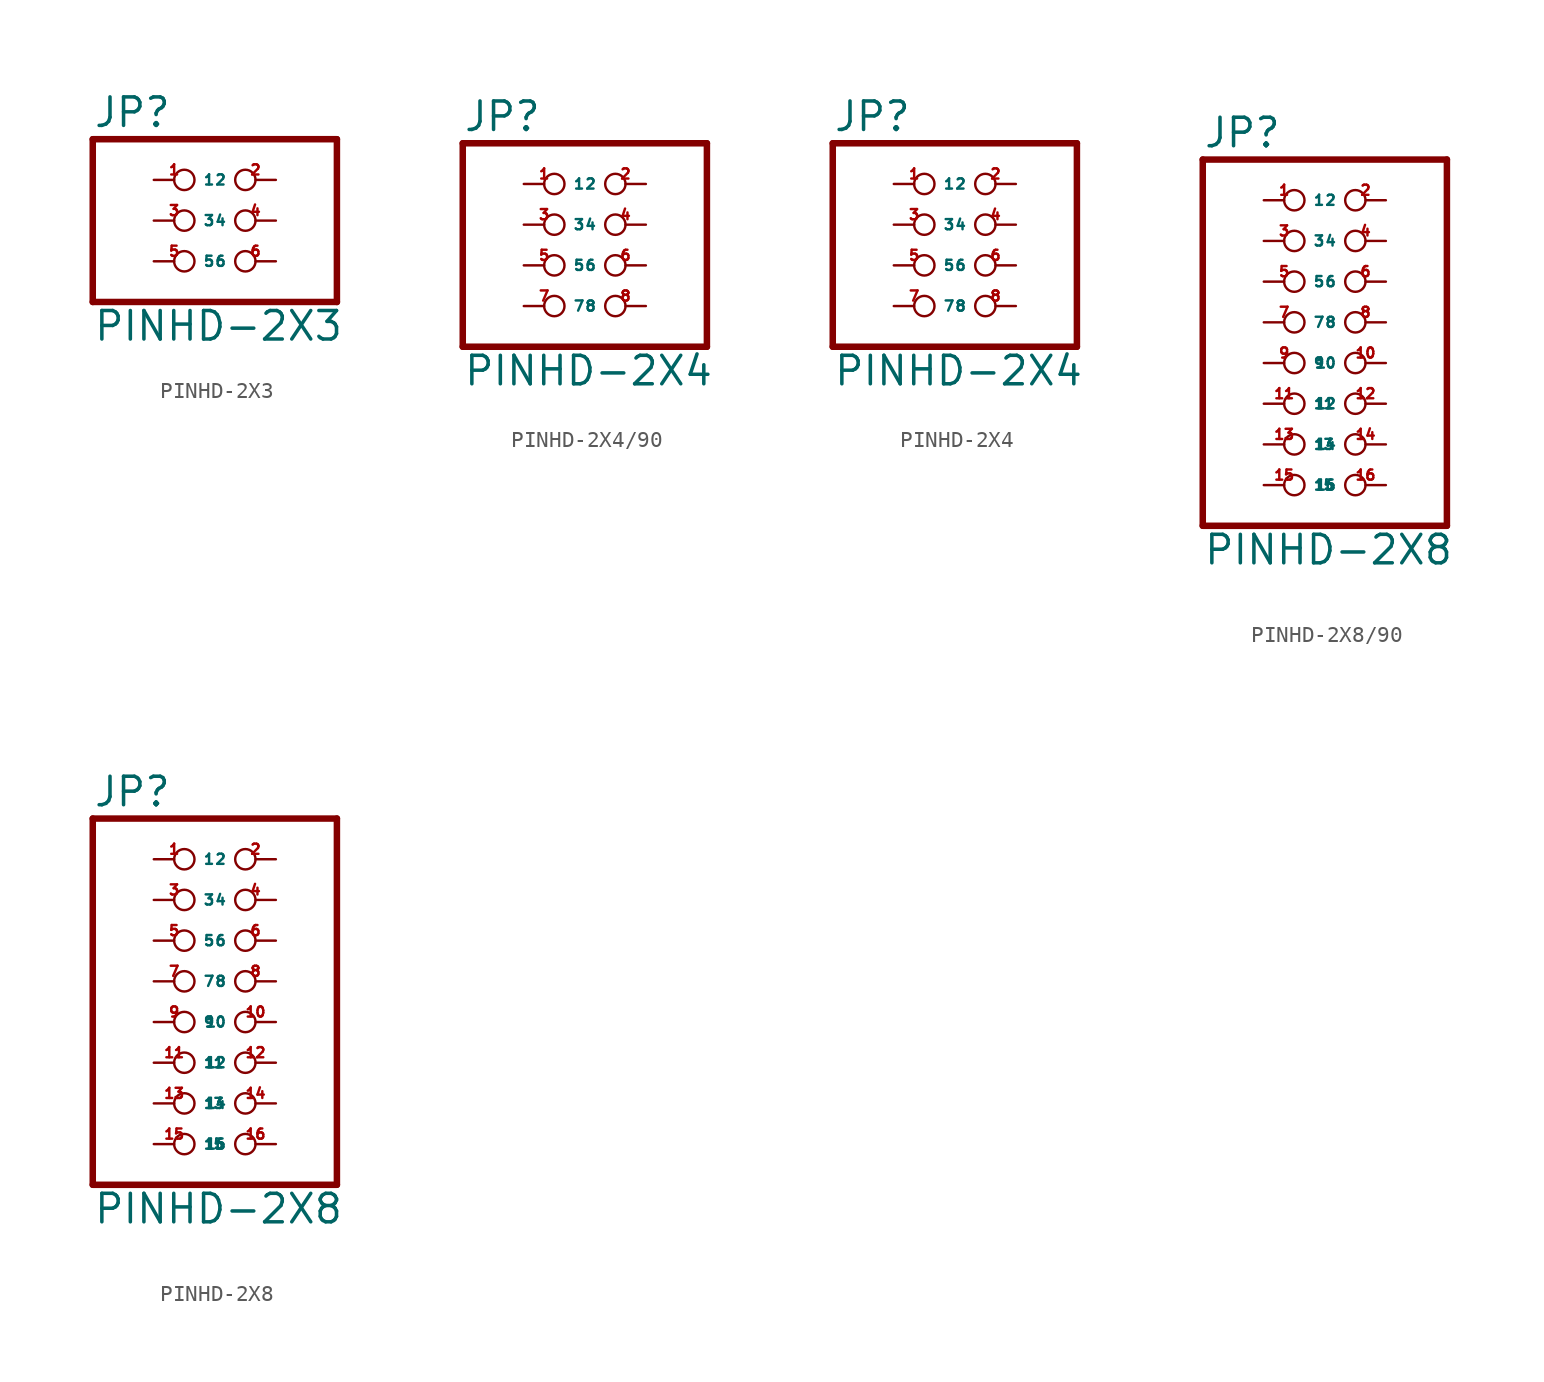
<source format=kicad_sym>
(kicad_symbol_lib
  (version 20220914)
  (generator Eagle2Kicad)
  (symbol "PINHD-2X3"
    (property "Reference" "JP"
      (at -6.35 5.715 0)
      (effects (font (size 1.778 1.778) (thickness 0.22)) (justify left bottom)))
    (property "Value" "PINHD-2X3"
      (at -6.35 -7.62 0)
      (effects (font (size 1.778 1.778) (thickness 0.22)) (justify left bottom)))
    (polyline
      (pts (xy -6.35 -5.08) (xy 8.89 -5.08))
      (stroke (width 0.406) (type default))
      (fill (type none)))
    (polyline
      (pts (xy 8.89 -5.08) (xy 8.89 5.08))
      (stroke (width 0.406) (type default))
      (fill (type none)))
    (polyline
      (pts (xy 8.89 5.08) (xy -6.35 5.08))
      (stroke (width 0.406) (type default))
      (fill (type none)))
    (polyline
      (pts (xy -6.35 5.08) (xy -6.35 -5.08))
      (stroke (width 0.406) (type default))
      (fill (type none)))
    (pin passive inverted
      (at -2.54 2.54 0)
      (length 2.54)
      (name "1" (effects (font (size 0.635 0.635) (thickness 0.08)) (justify left bottom)))
      (number "1" (effects (font (size 0.635 0.635) (thickness 0.08)) (justify left bottom))))
    (pin passive inverted
      (at 5.08 2.54 180)
      (length 2.54)
      (name "2" (effects (font (size 0.635 0.635) (thickness 0.08)) (justify left bottom)))
      (number "2" (effects (font (size 0.635 0.635) (thickness 0.08)) (justify left bottom))))
    (pin passive inverted
      (at -2.54 0 0)
      (length 2.54)
      (name "3" (effects (font (size 0.635 0.635) (thickness 0.08)) (justify left bottom)))
      (number "3" (effects (font (size 0.635 0.635) (thickness 0.08)) (justify left bottom))))
    (pin passive inverted
      (at 5.08 0 180)
      (length 2.54)
      (name "4" (effects (font (size 0.635 0.635) (thickness 0.08)) (justify left bottom)))
      (number "4" (effects (font (size 0.635 0.635) (thickness 0.08)) (justify left bottom))))
    (pin passive inverted
      (at -2.54 -2.54 0)
      (length 2.54)
      (name "5" (effects (font (size 0.635 0.635) (thickness 0.08)) (justify left bottom)))
      (number "5" (effects (font (size 0.635 0.635) (thickness 0.08)) (justify left bottom))))
    (pin passive inverted
      (at 5.08 -2.54 180)
      (length 2.54)
      (name "6" (effects (font (size 0.635 0.635) (thickness 0.08)) (justify left bottom)))
      (number "6" (effects (font (size 0.635 0.635) (thickness 0.08)) (justify left bottom)))))
  (symbol "PINHD-2X4/90"
    (property "Reference" "JP"
      (at -6.35 8.255 0)
      (effects (font (size 1.778 1.778) (thickness 0.22)) (justify left bottom)))
    (property "Value" "PINHD-2X4"
      (at -6.35 -7.62 0)
      (effects (font (size 1.778 1.778) (thickness 0.22)) (justify left bottom)))
    (polyline
      (pts (xy -6.35 -5.08) (xy 8.89 -5.08))
      (stroke (width 0.406) (type default))
      (fill (type none)))
    (polyline
      (pts (xy 8.89 -5.08) (xy 8.89 7.62))
      (stroke (width 0.406) (type default))
      (fill (type none)))
    (polyline
      (pts (xy 8.89 7.62) (xy -6.35 7.62))
      (stroke (width 0.406) (type default))
      (fill (type none)))
    (polyline
      (pts (xy -6.35 7.62) (xy -6.35 -5.08))
      (stroke (width 0.406) (type default))
      (fill (type none)))
    (pin passive inverted
      (at -2.54 5.08 0)
      (length 2.54)
      (name "1" (effects (font (size 0.635 0.635) (thickness 0.08)) (justify left bottom)))
      (number "1" (effects (font (size 0.635 0.635) (thickness 0.08)) (justify left bottom))))
    (pin passive inverted
      (at 5.08 5.08 180)
      (length 2.54)
      (name "2" (effects (font (size 0.635 0.635) (thickness 0.08)) (justify left bottom)))
      (number "2" (effects (font (size 0.635 0.635) (thickness 0.08)) (justify left bottom))))
    (pin passive inverted
      (at -2.54 2.54 0)
      (length 2.54)
      (name "3" (effects (font (size 0.635 0.635) (thickness 0.08)) (justify left bottom)))
      (number "3" (effects (font (size 0.635 0.635) (thickness 0.08)) (justify left bottom))))
    (pin passive inverted
      (at 5.08 2.54 180)
      (length 2.54)
      (name "4" (effects (font (size 0.635 0.635) (thickness 0.08)) (justify left bottom)))
      (number "4" (effects (font (size 0.635 0.635) (thickness 0.08)) (justify left bottom))))
    (pin passive inverted
      (at -2.54 0 0)
      (length 2.54)
      (name "5" (effects (font (size 0.635 0.635) (thickness 0.08)) (justify left bottom)))
      (number "5" (effects (font (size 0.635 0.635) (thickness 0.08)) (justify left bottom))))
    (pin passive inverted
      (at 5.08 0 180)
      (length 2.54)
      (name "6" (effects (font (size 0.635 0.635) (thickness 0.08)) (justify left bottom)))
      (number "6" (effects (font (size 0.635 0.635) (thickness 0.08)) (justify left bottom))))
    (pin passive inverted
      (at -2.54 -2.54 0)
      (length 2.54)
      (name "7" (effects (font (size 0.635 0.635) (thickness 0.08)) (justify left bottom)))
      (number "7" (effects (font (size 0.635 0.635) (thickness 0.08)) (justify left bottom))))
    (pin passive inverted
      (at 5.08 -2.54 180)
      (length 2.54)
      (name "8" (effects (font (size 0.635 0.635) (thickness 0.08)) (justify left bottom)))
      (number "8" (effects (font (size 0.635 0.635) (thickness 0.08)) (justify left bottom)))))
  (symbol "PINHD-2X4"
    (property "Reference" "JP"
      (at -6.35 8.255 0)
      (effects (font (size 1.778 1.778) (thickness 0.22)) (justify left bottom)))
    (property "Value" "PINHD-2X4"
      (at -6.35 -7.62 0)
      (effects (font (size 1.778 1.778) (thickness 0.22)) (justify left bottom)))
    (polyline
      (pts (xy -6.35 -5.08) (xy 8.89 -5.08))
      (stroke (width 0.406) (type default))
      (fill (type none)))
    (polyline
      (pts (xy 8.89 -5.08) (xy 8.89 7.62))
      (stroke (width 0.406) (type default))
      (fill (type none)))
    (polyline
      (pts (xy 8.89 7.62) (xy -6.35 7.62))
      (stroke (width 0.406) (type default))
      (fill (type none)))
    (polyline
      (pts (xy -6.35 7.62) (xy -6.35 -5.08))
      (stroke (width 0.406) (type default))
      (fill (type none)))
    (pin passive inverted
      (at -2.54 5.08 0)
      (length 2.54)
      (name "1" (effects (font (size 0.635 0.635) (thickness 0.08)) (justify left bottom)))
      (number "1" (effects (font (size 0.635 0.635) (thickness 0.08)) (justify left bottom))))
    (pin passive inverted
      (at 5.08 5.08 180)
      (length 2.54)
      (name "2" (effects (font (size 0.635 0.635) (thickness 0.08)) (justify left bottom)))
      (number "2" (effects (font (size 0.635 0.635) (thickness 0.08)) (justify left bottom))))
    (pin passive inverted
      (at -2.54 2.54 0)
      (length 2.54)
      (name "3" (effects (font (size 0.635 0.635) (thickness 0.08)) (justify left bottom)))
      (number "3" (effects (font (size 0.635 0.635) (thickness 0.08)) (justify left bottom))))
    (pin passive inverted
      (at 5.08 2.54 180)
      (length 2.54)
      (name "4" (effects (font (size 0.635 0.635) (thickness 0.08)) (justify left bottom)))
      (number "4" (effects (font (size 0.635 0.635) (thickness 0.08)) (justify left bottom))))
    (pin passive inverted
      (at -2.54 0 0)
      (length 2.54)
      (name "5" (effects (font (size 0.635 0.635) (thickness 0.08)) (justify left bottom)))
      (number "5" (effects (font (size 0.635 0.635) (thickness 0.08)) (justify left bottom))))
    (pin passive inverted
      (at 5.08 0 180)
      (length 2.54)
      (name "6" (effects (font (size 0.635 0.635) (thickness 0.08)) (justify left bottom)))
      (number "6" (effects (font (size 0.635 0.635) (thickness 0.08)) (justify left bottom))))
    (pin passive inverted
      (at -2.54 -2.54 0)
      (length 2.54)
      (name "7" (effects (font (size 0.635 0.635) (thickness 0.08)) (justify left bottom)))
      (number "7" (effects (font (size 0.635 0.635) (thickness 0.08)) (justify left bottom))))
    (pin passive inverted
      (at 5.08 -2.54 180)
      (length 2.54)
      (name "8" (effects (font (size 0.635 0.635) (thickness 0.08)) (justify left bottom)))
      (number "8" (effects (font (size 0.635 0.635) (thickness 0.08)) (justify left bottom)))))
  (symbol "PINHD-2X8/90"
    (property "Reference" "JP"
      (at -6.35 10.795 0)
      (effects (font (size 1.778 1.778) (thickness 0.22)) (justify left bottom)))
    (property "Value" "PINHD-2X8"
      (at -6.35 -15.24 0)
      (effects (font (size 1.778 1.778) (thickness 0.22)) (justify left bottom)))
    (polyline
      (pts (xy -6.35 -12.7) (xy 8.89 -12.7))
      (stroke (width 0.406) (type default))
      (fill (type none)))
    (polyline
      (pts (xy 8.89 -12.7) (xy 8.89 10.16))
      (stroke (width 0.406) (type default))
      (fill (type none)))
    (polyline
      (pts (xy 8.89 10.16) (xy -6.35 10.16))
      (stroke (width 0.406) (type default))
      (fill (type none)))
    (polyline
      (pts (xy -6.35 10.16) (xy -6.35 -12.7))
      (stroke (width 0.406) (type default))
      (fill (type none)))
    (pin passive inverted
      (at -2.54 7.62 0)
      (length 2.54)
      (name "1" (effects (font (size 0.635 0.635) (thickness 0.08)) (justify left bottom)))
      (number "1" (effects (font (size 0.635 0.635) (thickness 0.08)) (justify left bottom))))
    (pin passive inverted
      (at 5.08 7.62 180)
      (length 2.54)
      (name "2" (effects (font (size 0.635 0.635) (thickness 0.08)) (justify left bottom)))
      (number "2" (effects (font (size 0.635 0.635) (thickness 0.08)) (justify left bottom))))
    (pin passive inverted
      (at -2.54 5.08 0)
      (length 2.54)
      (name "3" (effects (font (size 0.635 0.635) (thickness 0.08)) (justify left bottom)))
      (number "3" (effects (font (size 0.635 0.635) (thickness 0.08)) (justify left bottom))))
    (pin passive inverted
      (at 5.08 5.08 180)
      (length 2.54)
      (name "4" (effects (font (size 0.635 0.635) (thickness 0.08)) (justify left bottom)))
      (number "4" (effects (font (size 0.635 0.635) (thickness 0.08)) (justify left bottom))))
    (pin passive inverted
      (at -2.54 2.54 0)
      (length 2.54)
      (name "5" (effects (font (size 0.635 0.635) (thickness 0.08)) (justify left bottom)))
      (number "5" (effects (font (size 0.635 0.635) (thickness 0.08)) (justify left bottom))))
    (pin passive inverted
      (at 5.08 2.54 180)
      (length 2.54)
      (name "6" (effects (font (size 0.635 0.635) (thickness 0.08)) (justify left bottom)))
      (number "6" (effects (font (size 0.635 0.635) (thickness 0.08)) (justify left bottom))))
    (pin passive inverted
      (at -2.54 0 0)
      (length 2.54)
      (name "7" (effects (font (size 0.635 0.635) (thickness 0.08)) (justify left bottom)))
      (number "7" (effects (font (size 0.635 0.635) (thickness 0.08)) (justify left bottom))))
    (pin passive inverted
      (at 5.08 0 180)
      (length 2.54)
      (name "8" (effects (font (size 0.635 0.635) (thickness 0.08)) (justify left bottom)))
      (number "8" (effects (font (size 0.635 0.635) (thickness 0.08)) (justify left bottom))))
    (pin passive inverted
      (at -2.54 -2.54 0)
      (length 2.54)
      (name "9" (effects (font (size 0.635 0.635) (thickness 0.08)) (justify left bottom)))
      (number "9" (effects (font (size 0.635 0.635) (thickness 0.08)) (justify left bottom))))
    (pin passive inverted
      (at 5.08 -2.54 180)
      (length 2.54)
      (name "10" (effects (font (size 0.635 0.635) (thickness 0.08)) (justify left bottom)))
      (number "10" (effects (font (size 0.635 0.635) (thickness 0.08)) (justify left bottom))))
    (pin passive inverted
      (at -2.54 -5.08 0)
      (length 2.54)
      (name "11" (effects (font (size 0.635 0.635) (thickness 0.08)) (justify left bottom)))
      (number "11" (effects (font (size 0.635 0.635) (thickness 0.08)) (justify left bottom))))
    (pin passive inverted
      (at 5.08 -5.08 180)
      (length 2.54)
      (name "12" (effects (font (size 0.635 0.635) (thickness 0.08)) (justify left bottom)))
      (number "12" (effects (font (size 0.635 0.635) (thickness 0.08)) (justify left bottom))))
    (pin passive inverted
      (at -2.54 -7.62 0)
      (length 2.54)
      (name "13" (effects (font (size 0.635 0.635) (thickness 0.08)) (justify left bottom)))
      (number "13" (effects (font (size 0.635 0.635) (thickness 0.08)) (justify left bottom))))
    (pin passive inverted
      (at 5.08 -7.62 180)
      (length 2.54)
      (name "14" (effects (font (size 0.635 0.635) (thickness 0.08)) (justify left bottom)))
      (number "14" (effects (font (size 0.635 0.635) (thickness 0.08)) (justify left bottom))))
    (pin passive inverted
      (at -2.54 -10.16 0)
      (length 2.54)
      (name "15" (effects (font (size 0.635 0.635) (thickness 0.08)) (justify left bottom)))
      (number "15" (effects (font (size 0.635 0.635) (thickness 0.08)) (justify left bottom))))
    (pin passive inverted
      (at 5.08 -10.16 180)
      (length 2.54)
      (name "16" (effects (font (size 0.635 0.635) (thickness 0.08)) (justify left bottom)))
      (number "16" (effects (font (size 0.635 0.635) (thickness 0.08)) (justify left bottom)))))
  (symbol "PINHD-2X8"
    (property "Reference" "JP"
      (at -6.35 10.795 0)
      (effects (font (size 1.778 1.778) (thickness 0.22)) (justify left bottom)))
    (property "Value" "PINHD-2X8"
      (at -6.35 -15.24 0)
      (effects (font (size 1.778 1.778) (thickness 0.22)) (justify left bottom)))
    (polyline
      (pts (xy -6.35 -12.7) (xy 8.89 -12.7))
      (stroke (width 0.406) (type default))
      (fill (type none)))
    (polyline
      (pts (xy 8.89 -12.7) (xy 8.89 10.16))
      (stroke (width 0.406) (type default))
      (fill (type none)))
    (polyline
      (pts (xy 8.89 10.16) (xy -6.35 10.16))
      (stroke (width 0.406) (type default))
      (fill (type none)))
    (polyline
      (pts (xy -6.35 10.16) (xy -6.35 -12.7))
      (stroke (width 0.406) (type default))
      (fill (type none)))
    (pin passive inverted
      (at -2.54 7.62 0)
      (length 2.54)
      (name "1" (effects (font (size 0.635 0.635) (thickness 0.08)) (justify left bottom)))
      (number "1" (effects (font (size 0.635 0.635) (thickness 0.08)) (justify left bottom))))
    (pin passive inverted
      (at 5.08 7.62 180)
      (length 2.54)
      (name "2" (effects (font (size 0.635 0.635) (thickness 0.08)) (justify left bottom)))
      (number "2" (effects (font (size 0.635 0.635) (thickness 0.08)) (justify left bottom))))
    (pin passive inverted
      (at -2.54 5.08 0)
      (length 2.54)
      (name "3" (effects (font (size 0.635 0.635) (thickness 0.08)) (justify left bottom)))
      (number "3" (effects (font (size 0.635 0.635) (thickness 0.08)) (justify left bottom))))
    (pin passive inverted
      (at 5.08 5.08 180)
      (length 2.54)
      (name "4" (effects (font (size 0.635 0.635) (thickness 0.08)) (justify left bottom)))
      (number "4" (effects (font (size 0.635 0.635) (thickness 0.08)) (justify left bottom))))
    (pin passive inverted
      (at -2.54 2.54 0)
      (length 2.54)
      (name "5" (effects (font (size 0.635 0.635) (thickness 0.08)) (justify left bottom)))
      (number "5" (effects (font (size 0.635 0.635) (thickness 0.08)) (justify left bottom))))
    (pin passive inverted
      (at 5.08 2.54 180)
      (length 2.54)
      (name "6" (effects (font (size 0.635 0.635) (thickness 0.08)) (justify left bottom)))
      (number "6" (effects (font (size 0.635 0.635) (thickness 0.08)) (justify left bottom))))
    (pin passive inverted
      (at -2.54 0 0)
      (length 2.54)
      (name "7" (effects (font (size 0.635 0.635) (thickness 0.08)) (justify left bottom)))
      (number "7" (effects (font (size 0.635 0.635) (thickness 0.08)) (justify left bottom))))
    (pin passive inverted
      (at 5.08 0 180)
      (length 2.54)
      (name "8" (effects (font (size 0.635 0.635) (thickness 0.08)) (justify left bottom)))
      (number "8" (effects (font (size 0.635 0.635) (thickness 0.08)) (justify left bottom))))
    (pin passive inverted
      (at -2.54 -2.54 0)
      (length 2.54)
      (name "9" (effects (font (size 0.635 0.635) (thickness 0.08)) (justify left bottom)))
      (number "9" (effects (font (size 0.635 0.635) (thickness 0.08)) (justify left bottom))))
    (pin passive inverted
      (at 5.08 -2.54 180)
      (length 2.54)
      (name "10" (effects (font (size 0.635 0.635) (thickness 0.08)) (justify left bottom)))
      (number "10" (effects (font (size 0.635 0.635) (thickness 0.08)) (justify left bottom))))
    (pin passive inverted
      (at -2.54 -5.08 0)
      (length 2.54)
      (name "11" (effects (font (size 0.635 0.635) (thickness 0.08)) (justify left bottom)))
      (number "11" (effects (font (size 0.635 0.635) (thickness 0.08)) (justify left bottom))))
    (pin passive inverted
      (at 5.08 -5.08 180)
      (length 2.54)
      (name "12" (effects (font (size 0.635 0.635) (thickness 0.08)) (justify left bottom)))
      (number "12" (effects (font (size 0.635 0.635) (thickness 0.08)) (justify left bottom))))
    (pin passive inverted
      (at -2.54 -7.62 0)
      (length 2.54)
      (name "13" (effects (font (size 0.635 0.635) (thickness 0.08)) (justify left bottom)))
      (number "13" (effects (font (size 0.635 0.635) (thickness 0.08)) (justify left bottom))))
    (pin passive inverted
      (at 5.08 -7.62 180)
      (length 2.54)
      (name "14" (effects (font (size 0.635 0.635) (thickness 0.08)) (justify left bottom)))
      (number "14" (effects (font (size 0.635 0.635) (thickness 0.08)) (justify left bottom))))
    (pin passive inverted
      (at -2.54 -10.16 0)
      (length 2.54)
      (name "15" (effects (font (size 0.635 0.635) (thickness 0.08)) (justify left bottom)))
      (number "15" (effects (font (size 0.635 0.635) (thickness 0.08)) (justify left bottom))))
    (pin passive inverted
      (at 5.08 -10.16 180)
      (length 2.54)
      (name "16" (effects (font (size 0.635 0.635) (thickness 0.08)) (justify left bottom)))
      (number "16" (effects (font (size 0.635 0.635) (thickness 0.08)) (justify left bottom))))))
</source>
